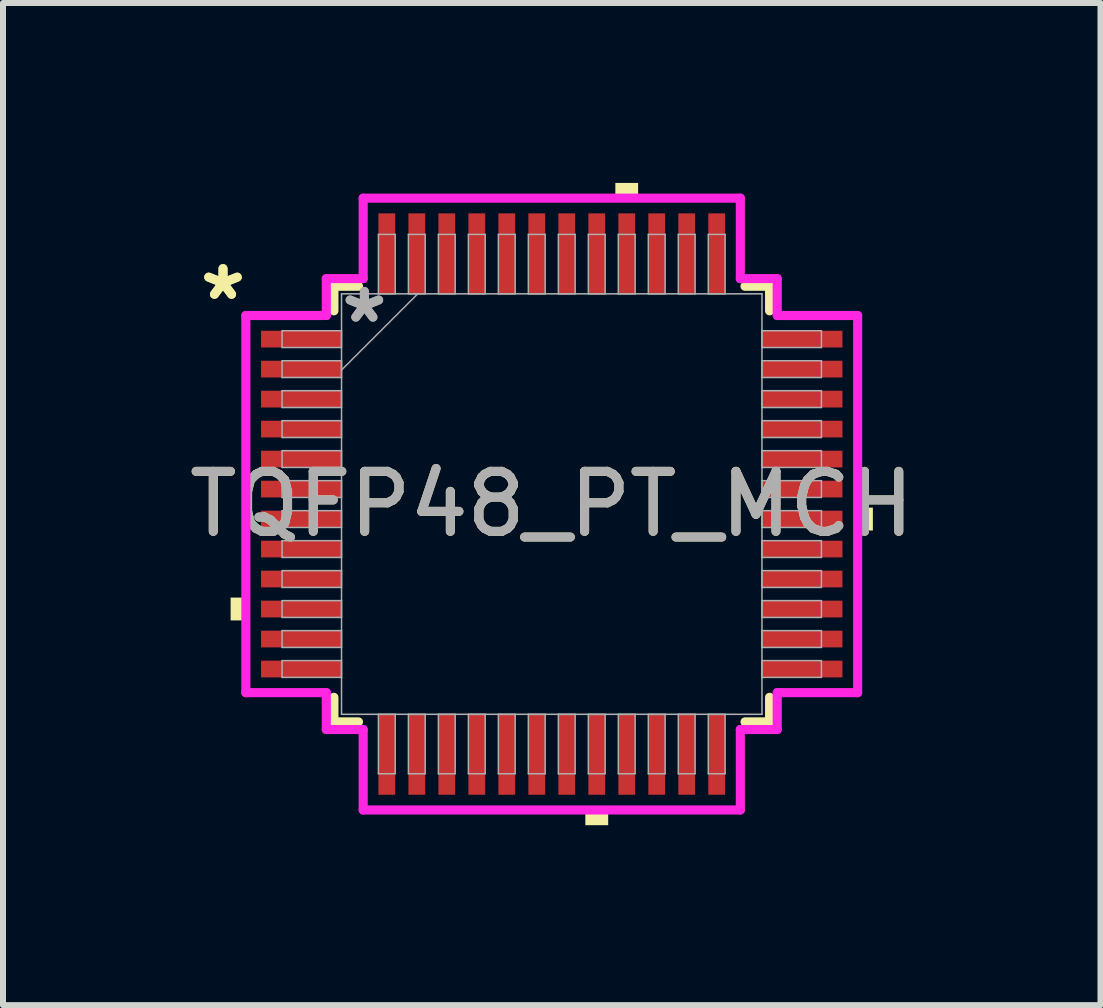
<source format=kicad_pcb>
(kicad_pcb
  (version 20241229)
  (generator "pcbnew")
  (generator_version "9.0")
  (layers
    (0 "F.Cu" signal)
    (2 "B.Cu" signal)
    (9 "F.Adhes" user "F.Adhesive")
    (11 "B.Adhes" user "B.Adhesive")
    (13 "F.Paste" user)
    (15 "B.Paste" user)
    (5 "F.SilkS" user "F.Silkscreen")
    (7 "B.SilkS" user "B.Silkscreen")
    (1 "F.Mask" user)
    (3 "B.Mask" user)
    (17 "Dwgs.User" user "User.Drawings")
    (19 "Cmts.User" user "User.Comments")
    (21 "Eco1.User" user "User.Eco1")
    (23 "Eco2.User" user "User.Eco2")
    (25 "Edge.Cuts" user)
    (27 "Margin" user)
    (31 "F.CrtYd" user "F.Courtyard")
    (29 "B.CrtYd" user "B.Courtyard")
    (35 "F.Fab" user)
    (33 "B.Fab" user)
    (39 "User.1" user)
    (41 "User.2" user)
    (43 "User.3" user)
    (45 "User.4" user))
  (footprint "TQFP48_PT_MCH"
    (layer "F.Cu")
    (at 6.149 5.354)
    (property "Reference" "TQFP48_PT_MCH" (at 0 0 0) (unlocked yes) (layer "F.SilkS") (effects (font (size 1 1) (thickness 0.15))))
    (attr smd)
    (fp_line (start -3.632 -3.632) (end -3.632 -3.222) (stroke (width 0.152) (type solid)) (layer "F.SilkS"))
    (fp_line (start -3.632 3.222) (end -3.632 3.632) (stroke (width 0.152) (type solid)) (layer "F.SilkS"))
    (fp_line (start -3.632 3.632) (end -3.222 3.632) (stroke (width 0.152) (type solid)) (layer "F.SilkS"))
    (fp_line (start -3.222 -3.632) (end -3.632 -3.632) (stroke (width 0.152) (type solid)) (layer "F.SilkS"))
    (fp_line (start 3.222 3.632) (end 3.632 3.632) (stroke (width 0.152) (type solid)) (layer "F.SilkS"))
    (fp_line (start 3.632 -3.632) (end 3.222 -3.632) (stroke (width 0.152) (type solid)) (layer "F.SilkS"))
    (fp_line (start 3.632 -3.222) (end 3.632 -3.632) (stroke (width 0.152) (type solid)) (layer "F.SilkS"))
    (fp_line (start 3.632 3.632) (end 3.632 3.222) (stroke (width 0.152) (type solid)) (layer "F.SilkS"))
    (fp_poly (pts (xy -5.354 1.559) (xy -5.354 1.94) (xy -5.1 1.94) (xy -5.1 1.559)) (stroke (width 0) (type solid)) (fill yes) (layer "F.SilkS"))
    (fp_poly (pts (xy 0.56 5.1) (xy 0.56 5.354) (xy 0.941 5.354) (xy 0.941 5.1)) (stroke (width 0) (type solid)) (fill yes) (layer "F.SilkS"))
    (fp_poly (pts (xy 1.06 -5.1) (xy 1.06 -5.354) (xy 1.44 -5.354) (xy 1.44 -5.1)) (stroke (width 0) (type solid)) (fill yes) (layer "F.SilkS"))
    (fp_poly (pts (xy 5.354 0.059) (xy 5.354 0.441) (xy 5.1 0.441) (xy 5.1 0.059)) (stroke (width 0) (type solid)) (fill yes) (layer "F.SilkS"))
    (fp_line (start -5.1 -3.144) (end -3.759 -3.144) (stroke (width 0.152) (type solid)) (layer "F.CrtYd"))
    (fp_line (start -5.1 3.144) (end -5.1 -3.144) (stroke (width 0.152) (type solid)) (layer "F.CrtYd"))
    (fp_line (start -3.759 -3.759) (end -3.144 -3.759) (stroke (width 0.152) (type solid)) (layer "F.CrtYd"))
    (fp_line (start -3.759 -3.144) (end -3.759 -3.759) (stroke (width 0.152) (type solid)) (layer "F.CrtYd"))
    (fp_line (start -3.759 3.144) (end -5.1 3.144) (stroke (width 0.152) (type solid)) (layer "F.CrtYd"))
    (fp_line (start -3.759 3.759) (end -3.759 3.144) (stroke (width 0.152) (type solid)) (layer "F.CrtYd"))
    (fp_line (start -3.759 3.759) (end -3.144 3.759) (stroke (width 0.152) (type solid)) (layer "F.CrtYd"))
    (fp_line (start -3.144 -5.1) (end 3.144 -5.1) (stroke (width 0.152) (type solid)) (layer "F.CrtYd"))
    (fp_line (start -3.144 -3.759) (end -3.144 -5.1) (stroke (width 0.152) (type solid)) (layer "F.CrtYd"))
    (fp_line (start -3.144 3.759) (end -3.144 5.1) (stroke (width 0.152) (type solid)) (layer "F.CrtYd"))
    (fp_line (start -3.144 5.1) (end 3.144 5.1) (stroke (width 0.152) (type solid)) (layer "F.CrtYd"))
    (fp_line (start 3.144 -5.1) (end 3.144 -3.759) (stroke (width 0.152) (type solid)) (layer "F.CrtYd"))
    (fp_line (start 3.144 -3.759) (end 3.759 -3.759) (stroke (width 0.152) (type solid)) (layer "F.CrtYd"))
    (fp_line (start 3.144 3.759) (end 3.759 3.759) (stroke (width 0.152) (type solid)) (layer "F.CrtYd"))
    (fp_line (start 3.144 5.1) (end 3.144 3.759) (stroke (width 0.152) (type solid)) (layer "F.CrtYd"))
    (fp_line (start 3.759 -3.144) (end 3.759 -3.759) (stroke (width 0.152) (type solid)) (layer "F.CrtYd"))
    (fp_line (start 3.759 3.144) (end 5.1 3.144) (stroke (width 0.152) (type solid)) (layer "F.CrtYd"))
    (fp_line (start 3.759 3.759) (end 3.759 3.144) (stroke (width 0.152) (type solid)) (layer "F.CrtYd"))
    (fp_line (start 5.1 -3.144) (end 3.759 -3.144) (stroke (width 0.152) (type solid)) (layer "F.CrtYd"))
    (fp_line (start 5.1 3.144) (end 5.1 -3.144) (stroke (width 0.152) (type solid)) (layer "F.CrtYd"))
    (fp_line (start -4.496 -2.89) (end -4.496 -2.61) (stroke (width 0.025) (type solid)) (layer "F.Fab"))
    (fp_line (start -4.496 -2.61) (end -3.505 -2.61) (stroke (width 0.025) (type solid)) (layer "F.Fab"))
    (fp_line (start -4.496 -2.39) (end -4.496 -2.11) (stroke (width 0.025) (type solid)) (layer "F.Fab"))
    (fp_line (start -4.496 -2.11) (end -3.505 -2.11) (stroke (width 0.025) (type solid)) (layer "F.Fab"))
    (fp_line (start -4.496 -1.89) (end -4.496 -1.61) (stroke (width 0.025) (type solid)) (layer "F.Fab"))
    (fp_line (start -4.496 -1.61) (end -3.505 -1.61) (stroke (width 0.025) (type solid)) (layer "F.Fab"))
    (fp_line (start -4.496 -1.39) (end -4.496 -1.11) (stroke (width 0.025) (type solid)) (layer "F.Fab"))
    (fp_line (start -4.496 -1.11) (end -3.505 -1.11) (stroke (width 0.025) (type solid)) (layer "F.Fab"))
    (fp_line (start -4.496 -0.89) (end -4.496 -0.61) (stroke (width 0.025) (type solid)) (layer "F.Fab"))
    (fp_line (start -4.496 -0.61) (end -3.505 -0.61) (stroke (width 0.025) (type solid)) (layer "F.Fab"))
    (fp_line (start -4.496 -0.39) (end -4.496 -0.11) (stroke (width 0.025) (type solid)) (layer "F.Fab"))
    (fp_line (start -4.496 -0.11) (end -3.505 -0.11) (stroke (width 0.025) (type solid)) (layer "F.Fab"))
    (fp_line (start -4.496 0.11) (end -4.496 0.39) (stroke (width 0.025) (type solid)) (layer "F.Fab"))
    (fp_line (start -4.496 0.39) (end -3.505 0.39) (stroke (width 0.025) (type solid)) (layer "F.Fab"))
    (fp_line (start -4.496 0.61) (end -4.496 0.89) (stroke (width 0.025) (type solid)) (layer "F.Fab"))
    (fp_line (start -4.496 0.89) (end -3.505 0.89) (stroke (width 0.025) (type solid)) (layer "F.Fab"))
    (fp_line (start -4.496 1.11) (end -4.496 1.39) (stroke (width 0.025) (type solid)) (layer "F.Fab"))
    (fp_line (start -4.496 1.39) (end -3.505 1.39) (stroke (width 0.025) (type solid)) (layer "F.Fab"))
    (fp_line (start -4.496 1.61) (end -4.496 1.89) (stroke (width 0.025) (type solid)) (layer "F.Fab"))
    (fp_line (start -4.496 1.89) (end -3.505 1.89) (stroke (width 0.025) (type solid)) (layer "F.Fab"))
    (fp_line (start -4.496 2.11) (end -4.496 2.39) (stroke (width 0.025) (type solid)) (layer "F.Fab"))
    (fp_line (start -4.496 2.39) (end -3.505 2.39) (stroke (width 0.025) (type solid)) (layer "F.Fab"))
    (fp_line (start -4.496 2.61) (end -4.496 2.89) (stroke (width 0.025) (type solid)) (layer "F.Fab"))
    (fp_line (start -4.496 2.89) (end -3.505 2.89) (stroke (width 0.025) (type solid)) (layer "F.Fab"))
    (fp_line (start -3.505 -3.505) (end -3.505 3.505) (stroke (width 0.025) (type solid)) (layer "F.Fab"))
    (fp_line (start -3.505 -2.89) (end -4.496 -2.89) (stroke (width 0.025) (type solid)) (layer "F.Fab"))
    (fp_line (start -3.505 -2.61) (end -3.505 -2.89) (stroke (width 0.025) (type solid)) (layer "F.Fab"))
    (fp_line (start -3.505 -2.39) (end -4.496 -2.39) (stroke (width 0.025) (type solid)) (layer "F.Fab"))
    (fp_line (start -3.505 -2.235) (end -2.235 -3.505) (stroke (width 0.025) (type solid)) (layer "F.Fab"))
    (fp_line (start -3.505 -2.11) (end -3.505 -2.39) (stroke (width 0.025) (type solid)) (layer "F.Fab"))
    (fp_line (start -3.505 -1.89) (end -4.496 -1.89) (stroke (width 0.025) (type solid)) (layer "F.Fab"))
    (fp_line (start -3.505 -1.61) (end -3.505 -1.89) (stroke (width 0.025) (type solid)) (layer "F.Fab"))
    (fp_line (start -3.505 -1.39) (end -4.496 -1.39) (stroke (width 0.025) (type solid)) (layer "F.Fab"))
    (fp_line (start -3.505 -1.11) (end -3.505 -1.39) (stroke (width 0.025) (type solid)) (layer "F.Fab"))
    (fp_line (start -3.505 -0.89) (end -4.496 -0.89) (stroke (width 0.025) (type solid)) (layer "F.Fab"))
    (fp_line (start -3.505 -0.61) (end -3.505 -0.89) (stroke (width 0.025) (type solid)) (layer "F.Fab"))
    (fp_line (start -3.505 -0.39) (end -4.496 -0.39) (stroke (width 0.025) (type solid)) (layer "F.Fab"))
    (fp_line (start -3.505 -0.11) (end -3.505 -0.39) (stroke (width 0.025) (type solid)) (layer "F.Fab"))
    (fp_line (start -3.505 0.11) (end -4.496 0.11) (stroke (width 0.025) (type solid)) (layer "F.Fab"))
    (fp_line (start -3.505 0.39) (end -3.505 0.11) (stroke (width 0.025) (type solid)) (layer "F.Fab"))
    (fp_line (start -3.505 0.61) (end -4.496 0.61) (stroke (width 0.025) (type solid)) (layer "F.Fab"))
    (fp_line (start -3.505 0.89) (end -3.505 0.61) (stroke (width 0.025) (type solid)) (layer "F.Fab"))
    (fp_line (start -3.505 1.11) (end -4.496 1.11) (stroke (width 0.025) (type solid)) (layer "F.Fab"))
    (fp_line (start -3.505 1.39) (end -3.505 1.11) (stroke (width 0.025) (type solid)) (layer "F.Fab"))
    (fp_line (start -3.505 1.61) (end -4.496 1.61) (stroke (width 0.025) (type solid)) (layer "F.Fab"))
    (fp_line (start -3.505 1.89) (end -3.505 1.61) (stroke (width 0.025) (type solid)) (layer "F.Fab"))
    (fp_line (start -3.505 2.11) (end -4.496 2.11) (stroke (width 0.025) (type solid)) (layer "F.Fab"))
    (fp_line (start -3.505 2.39) (end -3.505 2.11) (stroke (width 0.025) (type solid)) (layer "F.Fab"))
    (fp_line (start -3.505 2.61) (end -4.496 2.61) (stroke (width 0.025) (type solid)) (layer "F.Fab"))
    (fp_line (start -3.505 2.89) (end -3.505 2.61) (stroke (width 0.025) (type solid)) (layer "F.Fab"))
    (fp_line (start -3.505 3.505) (end 3.505 3.505) (stroke (width 0.025) (type solid)) (layer "F.Fab"))
    (fp_line (start -2.89 -4.496) (end -2.89 -3.505) (stroke (width 0.025) (type solid)) (layer "F.Fab"))
    (fp_line (start -2.89 -3.505) (end -2.61 -3.505) (stroke (width 0.025) (type solid)) (layer "F.Fab"))
    (fp_line (start -2.89 3.505) (end -2.89 4.496) (stroke (width 0.025) (type solid)) (layer "F.Fab"))
    (fp_line (start -2.89 4.496) (end -2.61 4.496) (stroke (width 0.025) (type solid)) (layer "F.Fab"))
    (fp_line (start -2.61 -4.496) (end -2.89 -4.496) (stroke (width 0.025) (type solid)) (layer "F.Fab"))
    (fp_line (start -2.61 -3.505) (end -2.61 -4.496) (stroke (width 0.025) (type solid)) (layer "F.Fab"))
    (fp_line (start -2.61 3.505) (end -2.89 3.505) (stroke (width 0.025) (type solid)) (layer "F.Fab"))
    (fp_line (start -2.61 4.496) (end -2.61 3.505) (stroke (width 0.025) (type solid)) (layer "F.Fab"))
    (fp_line (start -2.39 -4.496) (end -2.39 -3.505) (stroke (width 0.025) (type solid)) (layer "F.Fab"))
    (fp_line (start -2.39 -3.505) (end -2.11 -3.505) (stroke (width 0.025) (type solid)) (layer "F.Fab"))
    (fp_line (start -2.39 3.505) (end -2.39 4.496) (stroke (width 0.025) (type solid)) (layer "F.Fab"))
    (fp_line (start -2.39 4.496) (end -2.11 4.496) (stroke (width 0.025) (type solid)) (layer "F.Fab"))
    (fp_line (start -2.11 -4.496) (end -2.39 -4.496) (stroke (width 0.025) (type solid)) (layer "F.Fab"))
    (fp_line (start -2.11 -3.505) (end -2.11 -4.496) (stroke (width 0.025) (type solid)) (layer "F.Fab"))
    (fp_line (start -2.11 3.505) (end -2.39 3.505) (stroke (width 0.025) (type solid)) (layer "F.Fab"))
    (fp_line (start -2.11 4.496) (end -2.11 3.505) (stroke (width 0.025) (type solid)) (layer "F.Fab"))
    (fp_line (start -1.89 -4.496) (end -1.89 -3.505) (stroke (width 0.025) (type solid)) (layer "F.Fab"))
    (fp_line (start -1.89 -3.505) (end -1.61 -3.505) (stroke (width 0.025) (type solid)) (layer "F.Fab"))
    (fp_line (start -1.89 3.505) (end -1.89 4.496) (stroke (width 0.025) (type solid)) (layer "F.Fab"))
    (fp_line (start -1.89 4.496) (end -1.61 4.496) (stroke (width 0.025) (type solid)) (layer "F.Fab"))
    (fp_line (start -1.61 -4.496) (end -1.89 -4.496) (stroke (width 0.025) (type solid)) (layer "F.Fab"))
    (fp_line (start -1.61 -3.505) (end -1.61 -4.496) (stroke (width 0.025) (type solid)) (layer "F.Fab"))
    (fp_line (start -1.61 3.505) (end -1.89 3.505) (stroke (width 0.025) (type solid)) (layer "F.Fab"))
    (fp_line (start -1.61 4.496) (end -1.61 3.505) (stroke (width 0.025) (type solid)) (layer "F.Fab"))
    (fp_line (start -1.39 -4.496) (end -1.39 -3.505) (stroke (width 0.025) (type solid)) (layer "F.Fab"))
    (fp_line (start -1.39 -3.505) (end -1.11 -3.505) (stroke (width 0.025) (type solid)) (layer "F.Fab"))
    (fp_line (start -1.39 3.505) (end -1.39 4.496) (stroke (width 0.025) (type solid)) (layer "F.Fab"))
    (fp_line (start -1.39 4.496) (end -1.11 4.496) (stroke (width 0.025) (type solid)) (layer "F.Fab"))
    (fp_line (start -1.11 -4.496) (end -1.39 -4.496) (stroke (width 0.025) (type solid)) (layer "F.Fab"))
    (fp_line (start -1.11 -3.505) (end -1.11 -4.496) (stroke (width 0.025) (type solid)) (layer "F.Fab"))
    (fp_line (start -1.11 3.505) (end -1.39 3.505) (stroke (width 0.025) (type solid)) (layer "F.Fab"))
    (fp_line (start -1.11 4.496) (end -1.11 3.505) (stroke (width 0.025) (type solid)) (layer "F.Fab"))
    (fp_line (start -0.89 -4.496) (end -0.89 -3.505) (stroke (width 0.025) (type solid)) (layer "F.Fab"))
    (fp_line (start -0.89 -3.505) (end -0.61 -3.505) (stroke (width 0.025) (type solid)) (layer "F.Fab"))
    (fp_line (start -0.89 3.505) (end -0.89 4.496) (stroke (width 0.025) (type solid)) (layer "F.Fab"))
    (fp_line (start -0.89 4.496) (end -0.61 4.496) (stroke (width 0.025) (type solid)) (layer "F.Fab"))
    (fp_line (start -0.61 -4.496) (end -0.89 -4.496) (stroke (width 0.025) (type solid)) (layer "F.Fab"))
    (fp_line (start -0.61 -3.505) (end -0.61 -4.496) (stroke (width 0.025) (type solid)) (layer "F.Fab"))
    (fp_line (start -0.61 3.505) (end -0.89 3.505) (stroke (width 0.025) (type solid)) (layer "F.Fab"))
    (fp_line (start -0.61 4.496) (end -0.61 3.505) (stroke (width 0.025) (type solid)) (layer "F.Fab"))
    (fp_line (start -0.39 -4.496) (end -0.39 -3.505) (stroke (width 0.025) (type solid)) (layer "F.Fab"))
    (fp_line (start -0.39 -3.505) (end -0.11 -3.505) (stroke (width 0.025) (type solid)) (layer "F.Fab"))
    (fp_line (start -0.39 3.505) (end -0.39 4.496) (stroke (width 0.025) (type solid)) (layer "F.Fab"))
    (fp_line (start -0.39 4.496) (end -0.11 4.496) (stroke (width 0.025) (type solid)) (layer "F.Fab"))
    (fp_line (start -0.11 -4.496) (end -0.39 -4.496) (stroke (width 0.025) (type solid)) (layer "F.Fab"))
    (fp_line (start -0.11 -3.505) (end -0.11 -4.496) (stroke (width 0.025) (type solid)) (layer "F.Fab"))
    (fp_line (start -0.11 3.505) (end -0.39 3.505) (stroke (width 0.025) (type solid)) (layer "F.Fab"))
    (fp_line (start -0.11 4.496) (end -0.11 3.505) (stroke (width 0.025) (type solid)) (layer "F.Fab"))
    (fp_line (start 0.11 -4.496) (end 0.11 -3.505) (stroke (width 0.025) (type solid)) (layer "F.Fab"))
    (fp_line (start 0.11 -3.505) (end 0.39 -3.505) (stroke (width 0.025) (type solid)) (layer "F.Fab"))
    (fp_line (start 0.11 3.505) (end 0.11 4.496) (stroke (width 0.025) (type solid)) (layer "F.Fab"))
    (fp_line (start 0.11 4.496) (end 0.39 4.496) (stroke (width 0.025) (type solid)) (layer "F.Fab"))
    (fp_line (start 0.39 -4.496) (end 0.11 -4.496) (stroke (width 0.025) (type solid)) (layer "F.Fab"))
    (fp_line (start 0.39 -3.505) (end 0.39 -4.496) (stroke (width 0.025) (type solid)) (layer "F.Fab"))
    (fp_line (start 0.39 3.505) (end 0.11 3.505) (stroke (width 0.025) (type solid)) (layer "F.Fab"))
    (fp_line (start 0.39 4.496) (end 0.39 3.505) (stroke (width 0.025) (type solid)) (layer "F.Fab"))
    (fp_line (start 0.61 -4.496) (end 0.61 -3.505) (stroke (width 0.025) (type solid)) (layer "F.Fab"))
    (fp_line (start 0.61 -3.505) (end 0.89 -3.505) (stroke (width 0.025) (type solid)) (layer "F.Fab"))
    (fp_line (start 0.61 3.505) (end 0.61 4.496) (stroke (width 0.025) (type solid)) (layer "F.Fab"))
    (fp_line (start 0.61 4.496) (end 0.89 4.496) (stroke (width 0.025) (type solid)) (layer "F.Fab"))
    (fp_line (start 0.89 -4.496) (end 0.61 -4.496) (stroke (width 0.025) (type solid)) (layer "F.Fab"))
    (fp_line (start 0.89 -3.505) (end 0.89 -4.496) (stroke (width 0.025) (type solid)) (layer "F.Fab"))
    (fp_line (start 0.89 3.505) (end 0.61 3.505) (stroke (width 0.025) (type solid)) (layer "F.Fab"))
    (fp_line (start 0.89 4.496) (end 0.89 3.505) (stroke (width 0.025) (type solid)) (layer "F.Fab"))
    (fp_line (start 1.11 -4.496) (end 1.11 -3.505) (stroke (width 0.025) (type solid)) (layer "F.Fab"))
    (fp_line (start 1.11 -3.505) (end 1.39 -3.505) (stroke (width 0.025) (type solid)) (layer "F.Fab"))
    (fp_line (start 1.11 3.505) (end 1.11 4.496) (stroke (width 0.025) (type solid)) (layer "F.Fab"))
    (fp_line (start 1.11 4.496) (end 1.39 4.496) (stroke (width 0.025) (type solid)) (layer "F.Fab"))
    (fp_line (start 1.39 -4.496) (end 1.11 -4.496) (stroke (width 0.025) (type solid)) (layer "F.Fab"))
    (fp_line (start 1.39 -3.505) (end 1.39 -4.496) (stroke (width 0.025) (type solid)) (layer "F.Fab"))
    (fp_line (start 1.39 3.505) (end 1.11 3.505) (stroke (width 0.025) (type solid)) (layer "F.Fab"))
    (fp_line (start 1.39 4.496) (end 1.39 3.505) (stroke (width 0.025) (type solid)) (layer "F.Fab"))
    (fp_line (start 1.61 -4.496) (end 1.61 -3.505) (stroke (width 0.025) (type solid)) (layer "F.Fab"))
    (fp_line (start 1.61 -3.505) (end 1.89 -3.505) (stroke (width 0.025) (type solid)) (layer "F.Fab"))
    (fp_line (start 1.61 3.505) (end 1.61 4.496) (stroke (width 0.025) (type solid)) (layer "F.Fab"))
    (fp_line (start 1.61 4.496) (end 1.89 4.496) (stroke (width 0.025) (type solid)) (layer "F.Fab"))
    (fp_line (start 1.89 -4.496) (end 1.61 -4.496) (stroke (width 0.025) (type solid)) (layer "F.Fab"))
    (fp_line (start 1.89 -3.505) (end 1.89 -4.496) (stroke (width 0.025) (type solid)) (layer "F.Fab"))
    (fp_line (start 1.89 3.505) (end 1.61 3.505) (stroke (width 0.025) (type solid)) (layer "F.Fab"))
    (fp_line (start 1.89 4.496) (end 1.89 3.505) (stroke (width 0.025) (type solid)) (layer "F.Fab"))
    (fp_line (start 2.11 -4.496) (end 2.11 -3.505) (stroke (width 0.025) (type solid)) (layer "F.Fab"))
    (fp_line (start 2.11 -3.505) (end 2.39 -3.505) (stroke (width 0.025) (type solid)) (layer "F.Fab"))
    (fp_line (start 2.11 3.505) (end 2.11 4.496) (stroke (width 0.025) (type solid)) (layer "F.Fab"))
    (fp_line (start 2.11 4.496) (end 2.39 4.496) (stroke (width 0.025) (type solid)) (layer "F.Fab"))
    (fp_line (start 2.39 -4.496) (end 2.11 -4.496) (stroke (width 0.025) (type solid)) (layer "F.Fab"))
    (fp_line (start 2.39 -3.505) (end 2.39 -4.496) (stroke (width 0.025) (type solid)) (layer "F.Fab"))
    (fp_line (start 2.39 3.505) (end 2.11 3.505) (stroke (width 0.025) (type solid)) (layer "F.Fab"))
    (fp_line (start 2.39 4.496) (end 2.39 3.505) (stroke (width 0.025) (type solid)) (layer "F.Fab"))
    (fp_line (start 2.61 -4.496) (end 2.61 -3.505) (stroke (width 0.025) (type solid)) (layer "F.Fab"))
    (fp_line (start 2.61 -3.505) (end 2.89 -3.505) (stroke (width 0.025) (type solid)) (layer "F.Fab"))
    (fp_line (start 2.61 3.505) (end 2.61 4.496) (stroke (width 0.025) (type solid)) (layer "F.Fab"))
    (fp_line (start 2.61 4.496) (end 2.89 4.496) (stroke (width 0.025) (type solid)) (layer "F.Fab"))
    (fp_line (start 2.89 -4.496) (end 2.61 -4.496) (stroke (width 0.025) (type solid)) (layer "F.Fab"))
    (fp_line (start 2.89 -3.505) (end 2.89 -4.496) (stroke (width 0.025) (type solid)) (layer "F.Fab"))
    (fp_line (start 2.89 3.505) (end 2.61 3.505) (stroke (width 0.025) (type solid)) (layer "F.Fab"))
    (fp_line (start 2.89 4.496) (end 2.89 3.505) (stroke (width 0.025) (type solid)) (layer "F.Fab"))
    (fp_line (start 3.505 -3.505) (end -3.505 -3.505) (stroke (width 0.025) (type solid)) (layer "F.Fab"))
    (fp_line (start 3.505 -2.89) (end 3.505 -2.61) (stroke (width 0.025) (type solid)) (layer "F.Fab"))
    (fp_line (start 3.505 -2.61) (end 4.496 -2.61) (stroke (width 0.025) (type solid)) (layer "F.Fab"))
    (fp_line (start 3.505 -2.39) (end 3.505 -2.11) (stroke (width 0.025) (type solid)) (layer "F.Fab"))
    (fp_line (start 3.505 -2.11) (end 4.496 -2.11) (stroke (width 0.025) (type solid)) (layer "F.Fab"))
    (fp_line (start 3.505 -1.89) (end 3.505 -1.61) (stroke (width 0.025) (type solid)) (layer "F.Fab"))
    (fp_line (start 3.505 -1.61) (end 4.496 -1.61) (stroke (width 0.025) (type solid)) (layer "F.Fab"))
    (fp_line (start 3.505 -1.39) (end 3.505 -1.11) (stroke (width 0.025) (type solid)) (layer "F.Fab"))
    (fp_line (start 3.505 -1.11) (end 4.496 -1.11) (stroke (width 0.025) (type solid)) (layer "F.Fab"))
    (fp_line (start 3.505 -0.89) (end 3.505 -0.61) (stroke (width 0.025) (type solid)) (layer "F.Fab"))
    (fp_line (start 3.505 -0.61) (end 4.496 -0.61) (stroke (width 0.025) (type solid)) (layer "F.Fab"))
    (fp_line (start 3.505 -0.39) (end 3.505 -0.11) (stroke (width 0.025) (type solid)) (layer "F.Fab"))
    (fp_line (start 3.505 -0.11) (end 4.496 -0.11) (stroke (width 0.025) (type solid)) (layer "F.Fab"))
    (fp_line (start 3.505 0.11) (end 3.505 0.39) (stroke (width 0.025) (type solid)) (layer "F.Fab"))
    (fp_line (start 3.505 0.39) (end 4.496 0.39) (stroke (width 0.025) (type solid)) (layer "F.Fab"))
    (fp_line (start 3.505 0.61) (end 3.505 0.89) (stroke (width 0.025) (type solid)) (layer "F.Fab"))
    (fp_line (start 3.505 0.89) (end 4.496 0.89) (stroke (width 0.025) (type solid)) (layer "F.Fab"))
    (fp_line (start 3.505 1.11) (end 3.505 1.39) (stroke (width 0.025) (type solid)) (layer "F.Fab"))
    (fp_line (start 3.505 1.39) (end 4.496 1.39) (stroke (width 0.025) (type solid)) (layer "F.Fab"))
    (fp_line (start 3.505 1.61) (end 3.505 1.89) (stroke (width 0.025) (type solid)) (layer "F.Fab"))
    (fp_line (start 3.505 1.89) (end 4.496 1.89) (stroke (width 0.025) (type solid)) (layer "F.Fab"))
    (fp_line (start 3.505 2.11) (end 3.505 2.39) (stroke (width 0.025) (type solid)) (layer "F.Fab"))
    (fp_line (start 3.505 2.39) (end 4.496 2.39) (stroke (width 0.025) (type solid)) (layer "F.Fab"))
    (fp_line (start 3.505 2.61) (end 3.505 2.89) (stroke (width 0.025) (type solid)) (layer "F.Fab"))
    (fp_line (start 3.505 2.89) (end 4.496 2.89) (stroke (width 0.025) (type solid)) (layer "F.Fab"))
    (fp_line (start 3.505 3.505) (end 3.505 -3.505) (stroke (width 0.025) (type solid)) (layer "F.Fab"))
    (fp_line (start 4.496 -2.89) (end 3.505 -2.89) (stroke (width 0.025) (type solid)) (layer "F.Fab"))
    (fp_line (start 4.496 -2.61) (end 4.496 -2.89) (stroke (width 0.025) (type solid)) (layer "F.Fab"))
    (fp_line (start 4.496 -2.39) (end 3.505 -2.39) (stroke (width 0.025) (type solid)) (layer "F.Fab"))
    (fp_line (start 4.496 -2.11) (end 4.496 -2.39) (stroke (width 0.025) (type solid)) (layer "F.Fab"))
    (fp_line (start 4.496 -1.89) (end 3.505 -1.89) (stroke (width 0.025) (type solid)) (layer "F.Fab"))
    (fp_line (start 4.496 -1.61) (end 4.496 -1.89) (stroke (width 0.025) (type solid)) (layer "F.Fab"))
    (fp_line (start 4.496 -1.39) (end 3.505 -1.39) (stroke (width 0.025) (type solid)) (layer "F.Fab"))
    (fp_line (start 4.496 -1.11) (end 4.496 -1.39) (stroke (width 0.025) (type solid)) (layer "F.Fab"))
    (fp_line (start 4.496 -0.89) (end 3.505 -0.89) (stroke (width 0.025) (type solid)) (layer "F.Fab"))
    (fp_line (start 4.496 -0.61) (end 4.496 -0.89) (stroke (width 0.025) (type solid)) (layer "F.Fab"))
    (fp_line (start 4.496 -0.39) (end 3.505 -0.39) (stroke (width 0.025) (type solid)) (layer "F.Fab"))
    (fp_line (start 4.496 -0.11) (end 4.496 -0.39) (stroke (width 0.025) (type solid)) (layer "F.Fab"))
    (fp_line (start 4.496 0.11) (end 3.505 0.11) (stroke (width 0.025) (type solid)) (layer "F.Fab"))
    (fp_line (start 4.496 0.39) (end 4.496 0.11) (stroke (width 0.025) (type solid)) (layer "F.Fab"))
    (fp_line (start 4.496 0.61) (end 3.505 0.61) (stroke (width 0.025) (type solid)) (layer "F.Fab"))
    (fp_line (start 4.496 0.89) (end 4.496 0.61) (stroke (width 0.025) (type solid)) (layer "F.Fab"))
    (fp_line (start 4.496 1.11) (end 3.505 1.11) (stroke (width 0.025) (type solid)) (layer "F.Fab"))
    (fp_line (start 4.496 1.39) (end 4.496 1.11) (stroke (width 0.025) (type solid)) (layer "F.Fab"))
    (fp_line (start 4.496 1.61) (end 3.505 1.61) (stroke (width 0.025) (type solid)) (layer "F.Fab"))
    (fp_line (start 4.496 1.89) (end 4.496 1.61) (stroke (width 0.025) (type solid)) (layer "F.Fab"))
    (fp_line (start 4.496 2.11) (end 3.505 2.11) (stroke (width 0.025) (type solid)) (layer "F.Fab"))
    (fp_line (start 4.496 2.39) (end 4.496 2.11) (stroke (width 0.025) (type solid)) (layer "F.Fab"))
    (fp_line (start 4.496 2.61) (end 3.505 2.61) (stroke (width 0.025) (type solid)) (layer "F.Fab"))
    (fp_line (start 4.496 2.89) (end 4.496 2.61) (stroke (width 0.025) (type solid)) (layer "F.Fab"))
    (fp_text user "*" (at -5.481 -3.381 0) (unlocked yes) (layer "F.SilkS") (effects (font (size 1 1) (thickness 0.15))))
    (fp_text user "*" (at -5.481 -3.381 0) (layer "F.SilkS") (effects (font (size 1 1) (thickness 0.15))))
    (fp_text user "*" (at -3.124 -3 0) (unlocked yes) (layer "F.Fab") (effects (font (size 1 1) (thickness 0.15))))
    (fp_text user "*" (at -3.124 -3 0) (layer "F.Fab") (effects (font (size 1 1) (thickness 0.15))))
    (fp_text user "${REFERENCE}" (at 0 0 0) (unlocked yes) (layer "F.Fab") (effects (font (size 1 1) (thickness 0.15))))
    (pad "1" smd rect (at -4.176 -2.75 90) (size 0.279 1.341) (layers "F.Cu" "F.Mask" "F.Paste"))
    (pad "2" smd rect (at -4.176 -2.25 90) (size 0.279 1.341) (layers "F.Cu" "F.Mask" "F.Paste"))
    (pad "3" smd rect (at -4.176 -1.75 90) (size 0.279 1.341) (layers "F.Cu" "F.Mask" "F.Paste"))
    (pad "4" smd rect (at -4.176 -1.25 90) (size 0.279 1.341) (layers "F.Cu" "F.Mask" "F.Paste"))
    (pad "5" smd rect (at -4.176 -0.75 90) (size 0.279 1.341) (layers "F.Cu" "F.Mask" "F.Paste"))
    (pad "6" smd rect (at -4.176 -0.25 90) (size 0.279 1.341) (layers "F.Cu" "F.Mask" "F.Paste"))
    (pad "7" smd rect (at -4.176 0.25 90) (size 0.279 1.341) (layers "F.Cu" "F.Mask" "F.Paste"))
    (pad "8" smd rect (at -4.176 0.75 90) (size 0.279 1.341) (layers "F.Cu" "F.Mask" "F.Paste"))
    (pad "9" smd rect (at -4.176 1.25 90) (size 0.279 1.341) (layers "F.Cu" "F.Mask" "F.Paste"))
    (pad "10" smd rect (at -4.176 1.75 90) (size 0.279 1.341) (layers "F.Cu" "F.Mask" "F.Paste"))
    (pad "11" smd rect (at -4.176 2.25 90) (size 0.279 1.341) (layers "F.Cu" "F.Mask" "F.Paste"))
    (pad "12" smd rect (at -4.176 2.75 90) (size 0.279 1.341) (layers "F.Cu" "F.Mask" "F.Paste"))
    (pad "13" smd rect (at -2.75 4.176) (size 0.279 1.341) (layers "F.Cu" "F.Mask" "F.Paste"))
    (pad "14" smd rect (at -2.25 4.176) (size 0.279 1.341) (layers "F.Cu" "F.Mask" "F.Paste"))
    (pad "15" smd rect (at -1.75 4.176) (size 0.279 1.341) (layers "F.Cu" "F.Mask" "F.Paste"))
    (pad "16" smd rect (at -1.25 4.176) (size 0.279 1.341) (layers "F.Cu" "F.Mask" "F.Paste"))
    (pad "17" smd rect (at -0.75 4.176) (size 0.279 1.341) (layers "F.Cu" "F.Mask" "F.Paste"))
    (pad "18" smd rect (at -0.25 4.176) (size 0.279 1.341) (layers "F.Cu" "F.Mask" "F.Paste"))
    (pad "19" smd rect (at 0.25 4.176) (size 0.279 1.341) (layers "F.Cu" "F.Mask" "F.Paste"))
    (pad "20" smd rect (at 0.75 4.176) (size 0.279 1.341) (layers "F.Cu" "F.Mask" "F.Paste"))
    (pad "21" smd rect (at 1.25 4.176) (size 0.279 1.341) (layers "F.Cu" "F.Mask" "F.Paste"))
    (pad "22" smd rect (at 1.75 4.176) (size 0.279 1.341) (layers "F.Cu" "F.Mask" "F.Paste"))
    (pad "23" smd rect (at 2.25 4.176) (size 0.279 1.341) (layers "F.Cu" "F.Mask" "F.Paste"))
    (pad "24" smd rect (at 2.75 4.176) (size 0.279 1.341) (layers "F.Cu" "F.Mask" "F.Paste"))
    (pad "25" smd rect (at 4.176 2.75 90) (size 0.279 1.341) (layers "F.Cu" "F.Mask" "F.Paste"))
    (pad "26" smd rect (at 4.176 2.25 90) (size 0.279 1.341) (layers "F.Cu" "F.Mask" "F.Paste"))
    (pad "27" smd rect (at 4.176 1.75 90) (size 0.279 1.341) (layers "F.Cu" "F.Mask" "F.Paste"))
    (pad "28" smd rect (at 4.176 1.25 90) (size 0.279 1.341) (layers "F.Cu" "F.Mask" "F.Paste"))
    (pad "29" smd rect (at 4.176 0.75 90) (size 0.279 1.341) (layers "F.Cu" "F.Mask" "F.Paste"))
    (pad "30" smd rect (at 4.176 0.25 90) (size 0.279 1.341) (layers "F.Cu" "F.Mask" "F.Paste"))
    (pad "31" smd rect (at 4.176 -0.25 90) (size 0.279 1.341) (layers "F.Cu" "F.Mask" "F.Paste"))
    (pad "32" smd rect (at 4.176 -0.75 90) (size 0.279 1.341) (layers "F.Cu" "F.Mask" "F.Paste"))
    (pad "33" smd rect (at 4.176 -1.25 90) (size 0.279 1.341) (layers "F.Cu" "F.Mask" "F.Paste"))
    (pad "34" smd rect (at 4.176 -1.75 90) (size 0.279 1.341) (layers "F.Cu" "F.Mask" "F.Paste"))
    (pad "35" smd rect (at 4.176 -2.25 90) (size 0.279 1.341) (layers "F.Cu" "F.Mask" "F.Paste"))
    (pad "36" smd rect (at 4.176 -2.75 90) (size 0.279 1.341) (layers "F.Cu" "F.Mask" "F.Paste"))
    (pad "37" smd rect (at 2.75 -4.176) (size 0.279 1.341) (layers "F.Cu" "F.Mask" "F.Paste"))
    (pad "38" smd rect (at 2.25 -4.176) (size 0.279 1.341) (layers "F.Cu" "F.Mask" "F.Paste"))
    (pad "39" smd rect (at 1.75 -4.176) (size 0.279 1.341) (layers "F.Cu" "F.Mask" "F.Paste"))
    (pad "40" smd rect (at 1.25 -4.176) (size 0.279 1.341) (layers "F.Cu" "F.Mask" "F.Paste"))
    (pad "41" smd rect (at 0.75 -4.176) (size 0.279 1.341) (layers "F.Cu" "F.Mask" "F.Paste"))
    (pad "42" smd rect (at 0.25 -4.176) (size 0.279 1.341) (layers "F.Cu" "F.Mask" "F.Paste"))
    (pad "43" smd rect (at -0.25 -4.176) (size 0.279 1.341) (layers "F.Cu" "F.Mask" "F.Paste"))
    (pad "44" smd rect (at -0.75 -4.176) (size 0.279 1.341) (layers "F.Cu" "F.Mask" "F.Paste"))
    (pad "45" smd rect (at -1.25 -4.176) (size 0.279 1.341) (layers "F.Cu" "F.Mask" "F.Paste"))
    (pad "46" smd rect (at -1.75 -4.176) (size 0.279 1.341) (layers "F.Cu" "F.Mask" "F.Paste"))
    (pad "47" smd rect (at -2.25 -4.176) (size 0.279 1.341) (layers "F.Cu" "F.Mask" "F.Paste"))
    (pad "48" smd rect (at -2.75 -4.176) (size 0.279 1.341) (layers "F.Cu" "F.Mask" "F.Paste")))
  (gr_rect
    (start -3 -3)
    (end 15.298 13.708)
    (stroke (width 0.1) (type default))
    (fill no)
    (layer "Edge.Cuts")))
</source>
